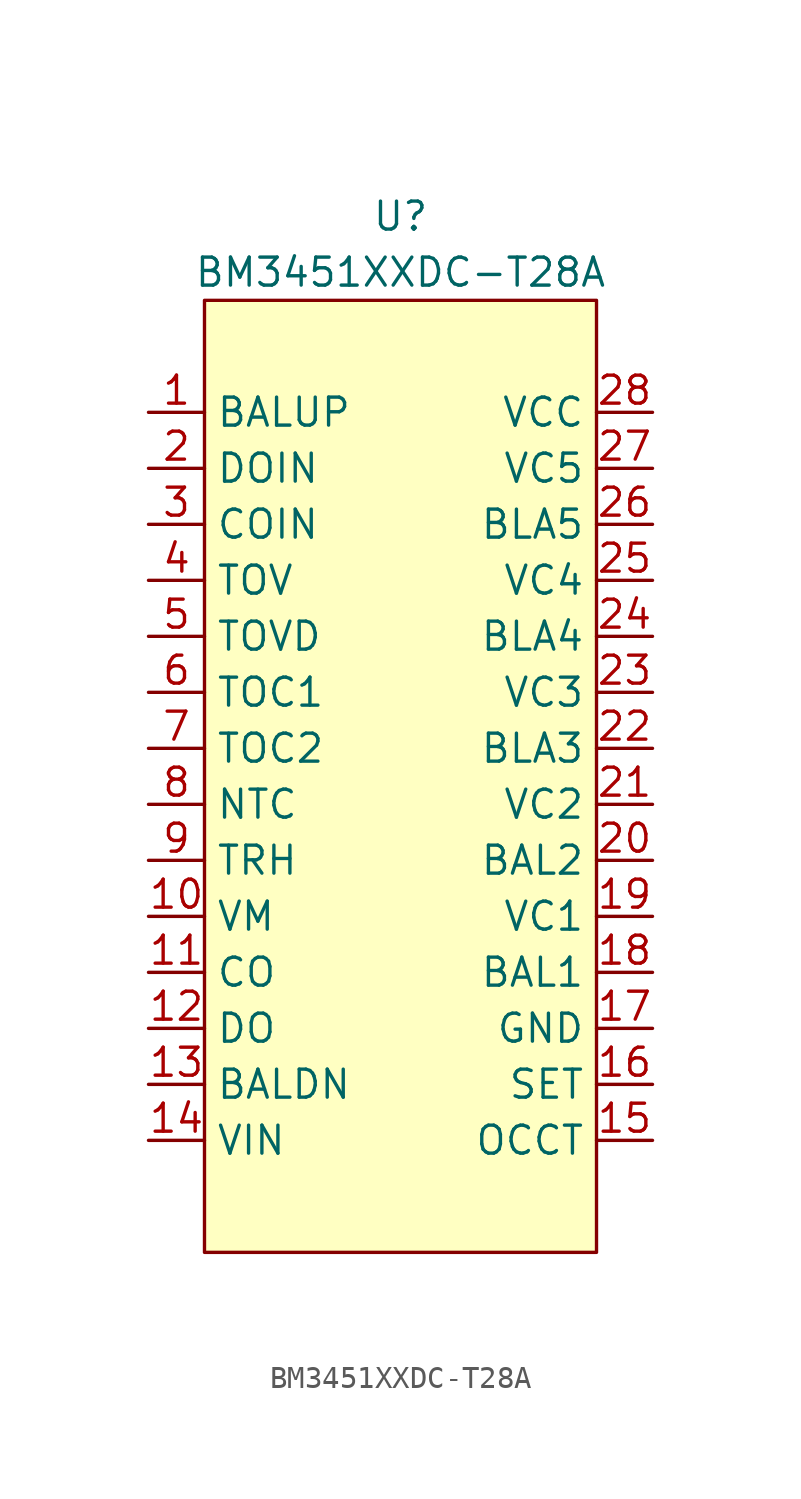
<source format=kicad_sym>
(kicad_symbol_lib
  (version 20220914)
  (generator kicad_symbol_editor)
  (symbol "BM3451XXDC-T28A"
    (property "Reference" "U"
      (at 0 25.4 0)
      (effects (font (size 1.27 1.27))))
    (property "Value" "BM3451XXDC-T28A"
      (at 0 22.86 0)
      (effects (font (size 1.27 1.27))))
    (symbol "BM3451XXDC-T28A_0_0"
      (pin input line (at -11.43 16.51 0) (length 2.54) (name "BALUP" (effects (font (size 1.27 1.27)))) (number "1" (effects (font (size 1.27 1.27)))))
      (pin input line (at -11.43 -6.35 0) (length 2.54) (name "VM" (effects (font (size 1.27 1.27)))) (number "10" (effects (font (size 1.27 1.27)))))
      (pin output line (at -11.43 -8.89 0) (length 2.54) (name "CO" (effects (font (size 1.27 1.27)))) (number "11" (effects (font (size 1.27 1.27)))))
      (pin output line (at -11.43 -11.43 0) (length 2.54) (name "DO" (effects (font (size 1.27 1.27)))) (number "12" (effects (font (size 1.27 1.27)))))
      (pin input line (at -11.43 -16.51 0) (length 2.54) (name "VIN" (effects (font (size 1.27 1.27)))) (number "14" (effects (font (size 1.27 1.27)))))
      (pin input line (at 11.43 -16.51 180) (length 2.54) (name "OCCT" (effects (font (size 1.27 1.27)))) (number "15" (effects (font (size 1.27 1.27)))))
      (pin input line (at 11.43 -13.97 180) (length 2.54) (name "SET" (effects (font (size 1.27 1.27)))) (number "16" (effects (font (size 1.27 1.27)))))
      (pin power_in line (at 11.43 -11.43 180) (length 2.54) (name "GND" (effects (font (size 1.27 1.27)))) (number "17" (effects (font (size 1.27 1.27)))))
      (pin output line (at 11.43 -8.89 180) (length 2.54) (name "BAL1" (effects (font (size 1.27 1.27)))) (number "18" (effects (font (size 1.27 1.27)))))
      (pin output line (at 11.43 -6.35 180) (length 2.54) (name "VC1" (effects (font (size 1.27 1.27)))) (number "19" (effects (font (size 1.27 1.27)))))
      (pin input line (at -11.43 13.97 0) (length 2.54) (name "DOIN" (effects (font (size 1.27 1.27)))) (number "2" (effects (font (size 1.27 1.27)))))
      (pin output line (at 11.43 -3.81 180) (length 2.54) (name "BAL2" (effects (font (size 1.27 1.27)))) (number "20" (effects (font (size 1.27 1.27)))))
      (pin output line (at 11.43 -1.27 180) (length 2.54) (name "VC2" (effects (font (size 1.27 1.27)))) (number "21" (effects (font (size 1.27 1.27)))))
      (pin output line (at 11.43 1.27 180) (length 2.54) (name "BLA3" (effects (font (size 1.27 1.27)))) (number "22" (effects (font (size 1.27 1.27)))))
      (pin output line (at 11.43 3.81 180) (length 2.54) (name "VC3" (effects (font (size 1.27 1.27)))) (number "23" (effects (font (size 1.27 1.27)))))
      (pin output line (at 11.43 6.35 180) (length 2.54) (name "BLA4" (effects (font (size 1.27 1.27)))) (number "24" (effects (font (size 1.27 1.27)))))
      (pin output line (at 11.43 8.89 180) (length 2.54) (name "VC4" (effects (font (size 1.27 1.27)))) (number "25" (effects (font (size 1.27 1.27)))))
      (pin output line (at 11.43 11.43 180) (length 2.54) (name "BLA5" (effects (font (size 1.27 1.27)))) (number "26" (effects (font (size 1.27 1.27)))))
      (pin output line (at 11.43 13.97 180) (length 2.54) (name "VC5" (effects (font (size 1.27 1.27)))) (number "27" (effects (font (size 1.27 1.27)))))
      (pin power_in line (at 11.43 16.51 180) (length 2.54) (name "VCC" (effects (font (size 1.27 1.27)))) (number "28" (effects (font (size 1.27 1.27)))))
      (pin input line (at -11.43 11.43 0) (length 2.54) (name "COIN" (effects (font (size 1.27 1.27)))) (number "3" (effects (font (size 1.27 1.27)))))
      (pin input line (at -11.43 8.89 0) (length 2.54) (name "TOV" (effects (font (size 1.27 1.27)))) (number "4" (effects (font (size 1.27 1.27)))))
      (pin input line (at -11.43 6.35 0) (length 2.54) (name "TOVD" (effects (font (size 1.27 1.27)))) (number "5" (effects (font (size 1.27 1.27)))))
      (pin input line (at -11.43 3.81 0) (length 2.54) (name "TOC1" (effects (font (size 1.27 1.27)))) (number "6" (effects (font (size 1.27 1.27)))))
      (pin input line (at -11.43 1.27 0) (length 2.54) (name "TOC2" (effects (font (size 1.27 1.27)))) (number "7" (effects (font (size 1.27 1.27)))))
      (pin input line (at -11.43 -1.27 0) (length 2.54) (name "NTC" (effects (font (size 1.27 1.27)))) (number "8" (effects (font (size 1.27 1.27)))))
      (pin input line (at -11.43 -3.81 0) (length 2.54) (name "TRH" (effects (font (size 1.27 1.27)))) (number "9" (effects (font (size 1.27 1.27))))))
    (symbol "BM3451XXDC-T28A_1_0"
      (pin output line (at -11.43 -13.97 0) (length 2.54) (name "BALDN" (effects (font (size 1.27 1.27)))) (number "13" (effects (font (size 1.27 1.27))))))
    (symbol "BM3451XXDC-T28A_1_1"
      (rectangle (start -8.89 21.59) (end 8.89 -21.59) (stroke (width 0) (type default)) (fill (type background))))))
</source>
